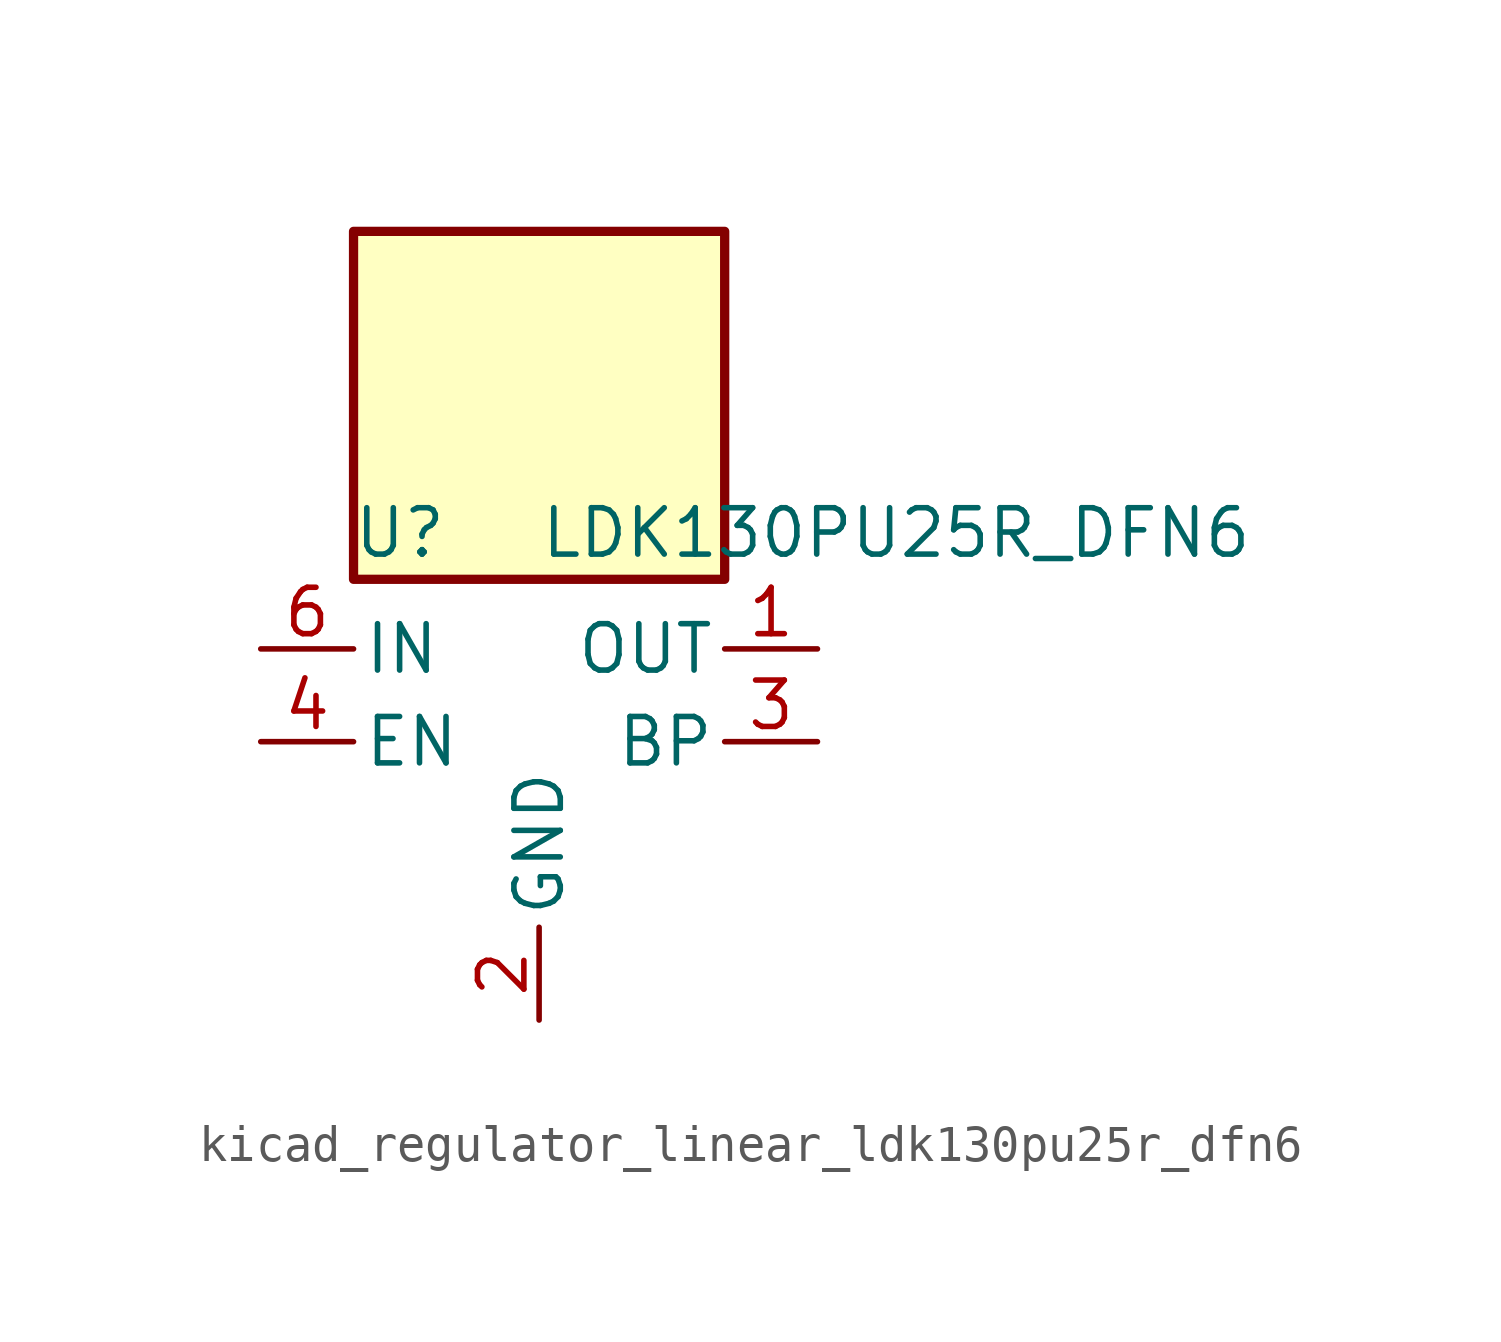
<source format=kicad_sym>
(kicad_symbol_lib
  (version 20220914)
  (generator kicad_symbol_editor)
  (symbol "kicad_regulator_linear_ldk130pu25r_dfn6"
    (pin_names
      (offset 0.254))
    (property "Reference" "U"
      (at -3.81 5.715 0)
      (effects (font (size 1.27 1.27))))
    (property "Value" "LDK130PU25R_DFN6"
      (at 0 5.715 0)
      (effects (font (size 1.27 1.27)) (justify left)))
    (symbol "kicad_regulator_linear_ldk130pu25r_dfn6_0_1"
      (rectangle (start 5.08 13.97) (end -5.08 4.445) (stroke (width 0.254) (type default)) (fill (type background))))
    (symbol "kicad_regulator_linear_ldk130pu25r_dfn6_1_1"
      (pin power_out line (at 7.62 2.54 180) (length 2.54) (name "OUT" (effects (font (size 1.27 1.27)))) (number "1" (effects (font (size 1.27 1.27)))))
      (pin power_in line (at 0 -7.62 90) (length 2.54) (name "GND" (effects (font (size 1.27 1.27)))) (number "2" (effects (font (size 1.27 1.27)))))
      (pin passive line (at 7.62 0 180) (length 2.54) (name "BP" (effects (font (size 1.27 1.27)))) (number "3" (effects (font (size 1.27 1.27)))))
      (pin input line (at -7.62 0 0) (length 2.54) (name "EN" (effects (font (size 1.27 1.27)))) (number "4" (effects (font (size 1.27 1.27)))))
      (pin no_connect line (at -5.08 -2.54 0) (length 2.54) hide (name "NC" (effects (font (size 1.27 1.27)))) (number "5" (effects (font (size 1.27 1.27)))))
      (pin power_in line (at -7.62 2.54 0) (length 2.54) (name "IN" (effects (font (size 1.27 1.27)))) (number "6" (effects (font (size 1.27 1.27))))))))
</source>
